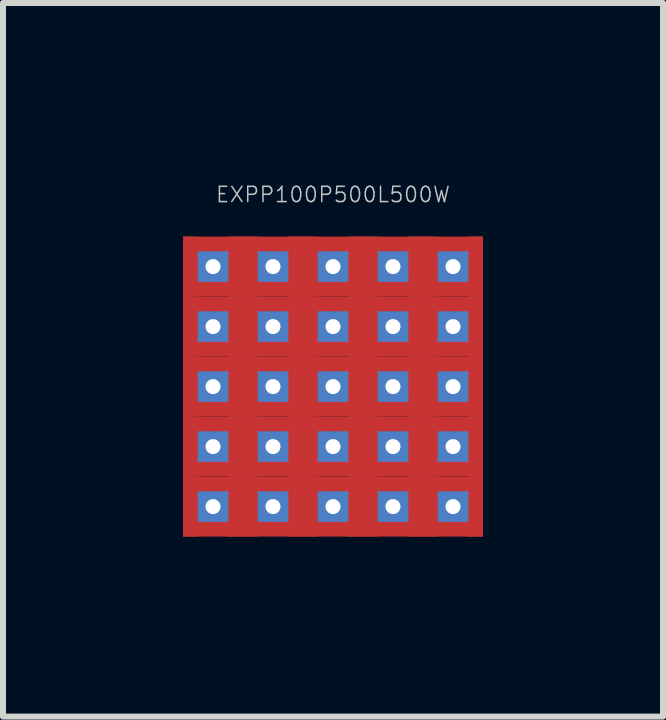
<source format=kicad_pcb>
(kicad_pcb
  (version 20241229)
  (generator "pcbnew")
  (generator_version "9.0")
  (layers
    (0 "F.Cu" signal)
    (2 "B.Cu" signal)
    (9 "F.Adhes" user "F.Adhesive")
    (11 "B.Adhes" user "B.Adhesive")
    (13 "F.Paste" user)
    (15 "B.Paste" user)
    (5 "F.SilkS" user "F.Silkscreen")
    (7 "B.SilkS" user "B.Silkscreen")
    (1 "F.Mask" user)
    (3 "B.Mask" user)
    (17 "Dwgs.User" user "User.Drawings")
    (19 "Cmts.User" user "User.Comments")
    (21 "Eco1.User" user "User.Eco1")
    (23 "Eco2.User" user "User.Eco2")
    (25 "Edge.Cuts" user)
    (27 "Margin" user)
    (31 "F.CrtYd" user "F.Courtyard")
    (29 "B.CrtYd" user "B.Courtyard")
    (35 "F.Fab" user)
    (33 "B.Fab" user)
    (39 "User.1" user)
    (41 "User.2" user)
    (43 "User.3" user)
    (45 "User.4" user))
  (footprint "EXPP100P500L500W"
    (layer "F.Cu")
    (at 2.5 3.393)
    (property "Reference" "EXPP100P500L500W" (at 0 -3.2 0) (layer "Dwgs.User") (effects (font (size 0.254 0.254) (thickness 0.025))))
    (attr smd)
    (pad "1" smd rect (at -2.375 -2) (size 0.25 1) (layers "F.Cu" "F.Mask"))
    (pad "1" smd rect (at -2.375 -1) (size 0.25 1) (layers "F.Cu" "F.Mask"))
    (pad "1" smd rect (at -2.375 0) (size 0.25 1) (layers "F.Cu" "F.Mask"))
    (pad "1" smd rect (at -2.375 1) (size 0.25 1) (layers "F.Cu" "F.Mask"))
    (pad "1" smd rect (at -2.375 2) (size 0.25 1) (layers "F.Cu" "F.Mask"))
    (pad "1" smd rect (at -2.27 -2.27) (size 0.35 0.35) (layers "F.Cu" "F.Mask" "F.Paste"))
    (pad "1" smd rect (at -2.27 -1.73) (size 0.35 0.35) (layers "F.Cu" "F.Paste"))
    (pad "1" smd rect (at -2.27 -1.27) (size 0.35 0.35) (layers "F.Cu" "F.Mask" "F.Paste"))
    (pad "1" smd rect (at -2.27 -0.73) (size 0.35 0.35) (layers "F.Cu" "F.Paste"))
    (pad "1" smd rect (at -2.27 -0.27) (size 0.35 0.35) (layers "F.Cu" "F.Mask" "F.Paste"))
    (pad "1" smd rect (at -2.27 0.27) (size 0.35 0.35) (layers "F.Cu" "F.Paste"))
    (pad "1" smd rect (at -2.27 0.73) (size 0.35 0.35) (layers "F.Cu" "F.Mask" "F.Paste"))
    (pad "1" smd rect (at -2.27 1.27) (size 0.35 0.35) (layers "F.Cu" "F.Paste"))
    (pad "1" smd rect (at -2.27 1.73) (size 0.35 0.35) (layers "F.Cu" "F.Mask" "F.Paste"))
    (pad "1" smd rect (at -2.27 2.27) (size 0.35 0.35) (layers "F.Cu" "F.Paste"))
    (pad "1" smd rect (at -2 -2.375) (size 1 0.25) (layers "F.Cu" "F.Mask"))
    (pad "1" thru_hole rect (at -2 -2) (size 0.51 0.51) (drill 0.25) (layers "*.Cu"))
    (pad "1" smd rect (at -2 -1.625) (size 1 0.25) (layers "F.Cu" "F.Mask"))
    (pad "1" smd rect (at -2 -1.375) (size 1 0.25) (layers "F.Cu" "F.Mask"))
    (pad "1" thru_hole rect (at -2 -1) (size 0.51 0.51) (drill 0.25) (layers "*.Cu"))
    (pad "1" smd rect (at -2 -0.625) (size 1 0.25) (layers "F.Cu" "F.Mask"))
    (pad "1" smd rect (at -2 -0.375) (size 1 0.25) (layers "F.Cu" "F.Mask"))
    (pad "1" thru_hole rect (at -2 0) (size 0.51 0.51) (drill 0.25) (layers "*.Cu"))
    (pad "1" smd rect (at -2 0.375) (size 1 0.25) (layers "F.Cu" "F.Mask"))
    (pad "1" smd rect (at -2 0.625) (size 1 0.25) (layers "F.Cu" "F.Mask"))
    (pad "1" thru_hole rect (at -2 1) (size 0.51 0.51) (drill 0.25) (layers "*.Cu"))
    (pad "1" smd rect (at -2 1.375) (size 1 0.25) (layers "F.Cu" "F.Mask"))
    (pad "1" smd rect (at -2 1.625) (size 1 0.25) (layers "F.Cu" "F.Mask"))
    (pad "1" thru_hole rect (at -2 2) (size 0.51 0.51) (drill 0.25) (layers "*.Cu"))
    (pad "1" smd rect (at -2 2.375) (size 1 0.25) (layers "F.Cu" "F.Mask"))
    (pad "1" smd rect (at -1.73 -2.27) (size 0.35 0.35) (layers "F.Cu" "F.Paste"))
    (pad "1" smd rect (at -1.73 -1.73) (size 0.35 0.35) (layers "F.Cu" "F.Paste"))
    (pad "1" smd rect (at -1.73 -1.27) (size 0.35 0.35) (layers "F.Cu" "F.Paste"))
    (pad "1" smd rect (at -1.73 -0.73) (size 0.35 0.35) (layers "F.Cu" "F.Paste"))
    (pad "1" smd rect (at -1.73 -0.27) (size 0.35 0.35) (layers "F.Cu" "F.Paste"))
    (pad "1" smd rect (at -1.73 0.27) (size 0.35 0.35) (layers "F.Cu" "F.Paste"))
    (pad "1" smd rect (at -1.73 0.73) (size 0.35 0.35) (layers "F.Cu" "F.Paste"))
    (pad "1" smd rect (at -1.73 1.27) (size 0.35 0.35) (layers "F.Cu" "F.Paste"))
    (pad "1" smd rect (at -1.73 1.73) (size 0.35 0.35) (layers "F.Cu" "F.Paste"))
    (pad "1" smd rect (at -1.73 2.27) (size 0.35 0.35) (layers "F.Cu" "F.Paste"))
    (pad "1" smd rect (at -1.625 -2) (size 0.25 1) (layers "F.Cu" "F.Mask"))
    (pad "1" smd rect (at -1.625 -1) (size 0.25 1) (layers "F.Cu" "F.Mask"))
    (pad "1" smd rect (at -1.625 0) (size 0.25 1) (layers "F.Cu" "F.Mask"))
    (pad "1" smd rect (at -1.625 1) (size 0.25 1) (layers "F.Cu" "F.Mask"))
    (pad "1" smd rect (at -1.625 2) (size 0.25 1) (layers "F.Cu" "F.Mask"))
    (pad "1" smd rect (at -1.375 -2) (size 0.25 1) (layers "F.Cu" "F.Mask"))
    (pad "1" smd rect (at -1.375 -1) (size 0.25 1) (layers "F.Cu" "F.Mask"))
    (pad "1" smd rect (at -1.375 0) (size 0.25 1) (layers "F.Cu" "F.Mask"))
    (pad "1" smd rect (at -1.375 1) (size 0.25 1) (layers "F.Cu" "F.Mask"))
    (pad "1" smd rect (at -1.375 2) (size 0.25 1) (layers "F.Cu" "F.Mask"))
    (pad "1" smd rect (at -1.27 -2.27) (size 0.35 0.35) (layers "F.Cu" "F.Mask" "F.Paste"))
    (pad "1" smd rect (at -1.27 -1.73) (size 0.35 0.35) (layers "F.Cu" "F.Paste"))
    (pad "1" smd rect (at -1.27 -1.27) (size 0.35 0.35) (layers "F.Cu" "F.Mask" "F.Paste"))
    (pad "1" smd rect (at -1.27 -0.73) (size 0.35 0.35) (layers "F.Cu" "F.Paste"))
    (pad "1" smd rect (at -1.27 -0.27) (size 0.35 0.35) (layers "F.Cu" "F.Mask" "F.Paste"))
    (pad "1" smd rect (at -1.27 0.27) (size 0.35 0.35) (layers "F.Cu" "F.Paste"))
    (pad "1" smd rect (at -1.27 0.73) (size 0.35 0.35) (layers "F.Cu" "F.Mask" "F.Paste"))
    (pad "1" smd rect (at -1.27 1.27) (size 0.35 0.35) (layers "F.Cu" "F.Paste"))
    (pad "1" smd rect (at -1.27 1.73) (size 0.35 0.35) (layers "F.Cu" "F.Mask" "F.Paste"))
    (pad "1" smd rect (at -1.27 2.27) (size 0.35 0.35) (layers "F.Cu" "F.Paste"))
    (pad "1" smd rect (at -1 -2.375) (size 1 0.25) (layers "F.Cu" "F.Mask"))
    (pad "1" thru_hole rect (at -1 -2) (size 0.51 0.51) (drill 0.25) (layers "*.Cu"))
    (pad "1" smd rect (at -1 -1.625) (size 1 0.25) (layers "F.Cu" "F.Mask"))
    (pad "1" smd rect (at -1 -1.375) (size 1 0.25) (layers "F.Cu" "F.Mask"))
    (pad "1" thru_hole rect (at -1 -1) (size 0.51 0.51) (drill 0.25) (layers "*.Cu"))
    (pad "1" smd rect (at -1 -0.625) (size 1 0.25) (layers "F.Cu" "F.Mask"))
    (pad "1" smd rect (at -1 -0.375) (size 1 0.25) (layers "F.Cu" "F.Mask"))
    (pad "1" thru_hole rect (at -1 0) (size 0.51 0.51) (drill 0.25) (layers "*.Cu"))
    (pad "1" smd rect (at -1 0.375) (size 1 0.25) (layers "F.Cu" "F.Mask"))
    (pad "1" smd rect (at -1 0.625) (size 1 0.25) (layers "F.Cu" "F.Mask"))
    (pad "1" thru_hole rect (at -1 1) (size 0.51 0.51) (drill 0.25) (layers "*.Cu"))
    (pad "1" smd rect (at -1 1.375) (size 1 0.25) (layers "F.Cu" "F.Mask"))
    (pad "1" smd rect (at -1 1.625) (size 1 0.25) (layers "F.Cu" "F.Mask"))
    (pad "1" thru_hole rect (at -1 2) (size 0.51 0.51) (drill 0.25) (layers "*.Cu"))
    (pad "1" smd rect (at -1 2.375) (size 1 0.25) (layers "F.Cu" "F.Mask"))
    (pad "1" smd rect (at -0.73 -2.27) (size 0.35 0.35) (layers "F.Cu" "F.Paste"))
    (pad "1" smd rect (at -0.73 -1.73) (size 0.35 0.35) (layers "F.Cu" "F.Paste"))
    (pad "1" smd rect (at -0.73 -1.27) (size 0.35 0.35) (layers "F.Cu" "F.Paste"))
    (pad "1" smd rect (at -0.73 -0.73) (size 0.35 0.35) (layers "F.Cu" "F.Paste"))
    (pad "1" smd rect (at -0.73 -0.27) (size 0.35 0.35) (layers "F.Cu" "F.Paste"))
    (pad "1" smd rect (at -0.73 0.27) (size 0.35 0.35) (layers "F.Cu" "F.Paste"))
    (pad "1" smd rect (at -0.73 0.73) (size 0.35 0.35) (layers "F.Cu" "F.Paste"))
    (pad "1" smd rect (at -0.73 1.27) (size 0.35 0.35) (layers "F.Cu" "F.Paste"))
    (pad "1" smd rect (at -0.73 1.73) (size 0.35 0.35) (layers "F.Cu" "F.Paste"))
    (pad "1" smd rect (at -0.73 2.27) (size 0.35 0.35) (layers "F.Cu" "F.Paste"))
    (pad "1" smd rect (at -0.625 -2) (size 0.25 1) (layers "F.Cu" "F.Mask"))
    (pad "1" smd rect (at -0.625 -1) (size 0.25 1) (layers "F.Cu" "F.Mask"))
    (pad "1" smd rect (at -0.625 0) (size 0.25 1) (layers "F.Cu" "F.Mask"))
    (pad "1" smd rect (at -0.625 1) (size 0.25 1) (layers "F.Cu" "F.Mask"))
    (pad "1" smd rect (at -0.625 2) (size 0.25 1) (layers "F.Cu" "F.Mask"))
    (pad "1" smd rect (at -0.375 -2) (size 0.25 1) (layers "F.Cu" "F.Mask"))
    (pad "1" smd rect (at -0.375 -1) (size 0.25 1) (layers "F.Cu" "F.Mask"))
    (pad "1" smd rect (at -0.375 0) (size 0.25 1) (layers "F.Cu" "F.Mask"))
    (pad "1" smd rect (at -0.375 1) (size 0.25 1) (layers "F.Cu" "F.Mask"))
    (pad "1" smd rect (at -0.375 2) (size 0.25 1) (layers "F.Cu" "F.Mask"))
    (pad "1" smd rect (at -0.27 -2.27) (size 0.35 0.35) (layers "F.Cu" "F.Mask" "F.Paste"))
    (pad "1" smd rect (at -0.27 -1.73) (size 0.35 0.35) (layers "F.Cu" "F.Paste"))
    (pad "1" smd rect (at -0.27 -1.27) (size 0.35 0.35) (layers "F.Cu" "F.Mask" "F.Paste"))
    (pad "1" smd rect (at -0.27 -0.73) (size 0.35 0.35) (layers "F.Cu" "F.Paste"))
    (pad "1" smd rect (at -0.27 -0.27) (size 0.35 0.35) (layers "F.Cu" "F.Mask" "F.Paste"))
    (pad "1" smd rect (at -0.27 0.27) (size 0.35 0.35) (layers "F.Cu" "F.Paste"))
    (pad "1" smd rect (at -0.27 0.73) (size 0.35 0.35) (layers "F.Cu" "F.Mask" "F.Paste"))
    (pad "1" smd rect (at -0.27 1.27) (size 0.35 0.35) (layers "F.Cu" "F.Paste"))
    (pad "1" smd rect (at -0.27 1.73) (size 0.35 0.35) (layers "F.Cu" "F.Mask" "F.Paste"))
    (pad "1" smd rect (at -0.27 2.27) (size 0.35 0.35) (layers "F.Cu" "F.Paste"))
    (pad "1" smd rect (at 0 -2.375) (size 1 0.25) (layers "F.Cu" "F.Mask"))
    (pad "1" thru_hole rect (at 0 -2) (size 0.51 0.51) (drill 0.25) (layers "*.Cu"))
    (pad "1" smd rect (at 0 -1.625) (size 1 0.25) (layers "F.Cu" "F.Mask"))
    (pad "1" smd rect (at 0 -1.375) (size 1 0.25) (layers "F.Cu" "F.Mask"))
    (pad "1" thru_hole rect (at 0 -1) (size 0.51 0.51) (drill 0.25) (layers "*.Cu"))
    (pad "1" smd rect (at 0 -0.625) (size 1 0.25) (layers "F.Cu" "F.Mask"))
    (pad "1" smd rect (at 0 -0.375) (size 1 0.25) (layers "F.Cu" "F.Mask"))
    (pad "1" thru_hole rect (at 0 0) (size 0.51 0.51) (drill 0.25) (layers "*.Cu"))
    (pad "1" smd rect (at 0 0.375) (size 1 0.25) (layers "F.Cu" "F.Mask"))
    (pad "1" smd rect (at 0 0.625) (size 1 0.25) (layers "F.Cu" "F.Mask"))
    (pad "1" thru_hole rect (at 0 1) (size 0.51 0.51) (drill 0.25) (layers "*.Cu"))
    (pad "1" smd rect (at 0 1.375) (size 1 0.25) (layers "F.Cu" "F.Mask"))
    (pad "1" smd rect (at 0 1.625) (size 1 0.25) (layers "F.Cu" "F.Mask"))
    (pad "1" thru_hole rect (at 0 2) (size 0.51 0.51) (drill 0.25) (layers "*.Cu"))
    (pad "1" smd rect (at 0 2.375) (size 1 0.25) (layers "F.Cu" "F.Mask"))
    (pad "1" smd rect (at 0.27 -2.27) (size 0.35 0.35) (layers "F.Cu" "F.Paste"))
    (pad "1" smd rect (at 0.27 -1.73) (size 0.35 0.35) (layers "F.Cu" "F.Paste"))
    (pad "1" smd rect (at 0.27 -1.27) (size 0.35 0.35) (layers "F.Cu" "F.Paste"))
    (pad "1" smd rect (at 0.27 -0.73) (size 0.35 0.35) (layers "F.Cu" "F.Paste"))
    (pad "1" smd rect (at 0.27 -0.27) (size 0.35 0.35) (layers "F.Cu" "F.Paste"))
    (pad "1" smd rect (at 0.27 0.27) (size 0.35 0.35) (layers "F.Cu" "F.Paste"))
    (pad "1" smd rect (at 0.27 0.73) (size 0.35 0.35) (layers "F.Cu" "F.Paste"))
    (pad "1" smd rect (at 0.27 1.27) (size 0.35 0.35) (layers "F.Cu" "F.Paste"))
    (pad "1" smd rect (at 0.27 1.73) (size 0.35 0.35) (layers "F.Cu" "F.Paste"))
    (pad "1" smd rect (at 0.27 2.27) (size 0.35 0.35) (layers "F.Cu" "F.Paste"))
    (pad "1" smd rect (at 0.375 -2) (size 0.25 1) (layers "F.Cu" "F.Mask"))
    (pad "1" smd rect (at 0.375 -1) (size 0.25 1) (layers "F.Cu" "F.Mask"))
    (pad "1" smd rect (at 0.375 0) (size 0.25 1) (layers "F.Cu" "F.Mask"))
    (pad "1" smd rect (at 0.375 1) (size 0.25 1) (layers "F.Cu" "F.Mask"))
    (pad "1" smd rect (at 0.375 2) (size 0.25 1) (layers "F.Cu" "F.Mask"))
    (pad "1" smd rect (at 0.625 -2) (size 0.25 1) (layers "F.Cu" "F.Mask"))
    (pad "1" smd rect (at 0.625 -1) (size 0.25 1) (layers "F.Cu" "F.Mask"))
    (pad "1" smd rect (at 0.625 0) (size 0.25 1) (layers "F.Cu" "F.Mask"))
    (pad "1" smd rect (at 0.625 1) (size 0.25 1) (layers "F.Cu" "F.Mask"))
    (pad "1" smd rect (at 0.625 2) (size 0.25 1) (layers "F.Cu" "F.Mask"))
    (pad "1" smd rect (at 0.73 -2.27) (size 0.35 0.35) (layers "F.Cu" "F.Mask" "F.Paste"))
    (pad "1" smd rect (at 0.73 -1.73) (size 0.35 0.35) (layers "F.Cu" "F.Paste"))
    (pad "1" smd rect (at 0.73 -1.27) (size 0.35 0.35) (layers "F.Cu" "F.Mask" "F.Paste"))
    (pad "1" smd rect (at 0.73 -0.73) (size 0.35 0.35) (layers "F.Cu" "F.Paste"))
    (pad "1" smd rect (at 0.73 -0.27) (size 0.35 0.35) (layers "F.Cu" "F.Mask" "F.Paste"))
    (pad "1" smd rect (at 0.73 0.27) (size 0.35 0.35) (layers "F.Cu" "F.Paste"))
    (pad "1" smd rect (at 0.73 0.73) (size 0.35 0.35) (layers "F.Cu" "F.Mask" "F.Paste"))
    (pad "1" smd rect (at 0.73 1.27) (size 0.35 0.35) (layers "F.Cu" "F.Paste"))
    (pad "1" smd rect (at 0.73 1.73) (size 0.35 0.35) (layers "F.Cu" "F.Mask" "F.Paste"))
    (pad "1" smd rect (at 0.73 2.27) (size 0.35 0.35) (layers "F.Cu" "F.Paste"))
    (pad "1" smd rect (at 1 -2.375) (size 1 0.25) (layers "F.Cu" "F.Mask"))
    (pad "1" thru_hole rect (at 1 -2) (size 0.51 0.51) (drill 0.25) (layers "*.Cu"))
    (pad "1" smd rect (at 1 -1.625) (size 1 0.25) (layers "F.Cu" "F.Mask"))
    (pad "1" smd rect (at 1 -1.375) (size 1 0.25) (layers "F.Cu" "F.Mask"))
    (pad "1" thru_hole rect (at 1 -1) (size 0.51 0.51) (drill 0.25) (layers "*.Cu"))
    (pad "1" smd rect (at 1 -0.625) (size 1 0.25) (layers "F.Cu" "F.Mask"))
    (pad "1" smd rect (at 1 -0.375) (size 1 0.25) (layers "F.Cu" "F.Mask"))
    (pad "1" thru_hole rect (at 1 0) (size 0.51 0.51) (drill 0.25) (layers "*.Cu"))
    (pad "1" smd rect (at 1 0.375) (size 1 0.25) (layers "F.Cu" "F.Mask"))
    (pad "1" smd rect (at 1 0.625) (size 1 0.25) (layers "F.Cu" "F.Mask"))
    (pad "1" thru_hole rect (at 1 1) (size 0.51 0.51) (drill 0.25) (layers "*.Cu"))
    (pad "1" smd rect (at 1 1.375) (size 1 0.25) (layers "F.Cu" "F.Mask"))
    (pad "1" smd rect (at 1 1.625) (size 1 0.25) (layers "F.Cu" "F.Mask"))
    (pad "1" thru_hole rect (at 1 2) (size 0.51 0.51) (drill 0.25) (layers "*.Cu"))
    (pad "1" smd rect (at 1 2.375) (size 1 0.25) (layers "F.Cu" "F.Mask"))
    (pad "1" smd rect (at 1.27 -2.27) (size 0.35 0.35) (layers "F.Cu" "F.Paste"))
    (pad "1" smd rect (at 1.27 -1.73) (size 0.35 0.35) (layers "F.Cu" "F.Paste"))
    (pad "1" smd rect (at 1.27 -1.27) (size 0.35 0.35) (layers "F.Cu" "F.Paste"))
    (pad "1" smd rect (at 1.27 -0.73) (size 0.35 0.35) (layers "F.Cu" "F.Paste"))
    (pad "1" smd rect (at 1.27 -0.27) (size 0.35 0.35) (layers "F.Cu" "F.Paste"))
    (pad "1" smd rect (at 1.27 0.27) (size 0.35 0.35) (layers "F.Cu" "F.Paste"))
    (pad "1" smd rect (at 1.27 0.73) (size 0.35 0.35) (layers "F.Cu" "F.Paste"))
    (pad "1" smd rect (at 1.27 1.27) (size 0.35 0.35) (layers "F.Cu" "F.Paste"))
    (pad "1" smd rect (at 1.27 1.73) (size 0.35 0.35) (layers "F.Cu" "F.Paste"))
    (pad "1" smd rect (at 1.27 2.27) (size 0.35 0.35) (layers "F.Cu" "F.Paste"))
    (pad "1" smd rect (at 1.375 -2) (size 0.25 1) (layers "F.Cu" "F.Mask"))
    (pad "1" smd rect (at 1.375 -1) (size 0.25 1) (layers "F.Cu" "F.Mask"))
    (pad "1" smd rect (at 1.375 0) (size 0.25 1) (layers "F.Cu" "F.Mask"))
    (pad "1" smd rect (at 1.375 1) (size 0.25 1) (layers "F.Cu" "F.Mask"))
    (pad "1" smd rect (at 1.375 2) (size 0.25 1) (layers "F.Cu" "F.Mask"))
    (pad "1" smd rect (at 1.625 -2) (size 0.25 1) (layers "F.Cu" "F.Mask"))
    (pad "1" smd rect (at 1.625 -1) (size 0.25 1) (layers "F.Cu" "F.Mask"))
    (pad "1" smd rect (at 1.625 0) (size 0.25 1) (layers "F.Cu" "F.Mask"))
    (pad "1" smd rect (at 1.625 1) (size 0.25 1) (layers "F.Cu" "F.Mask"))
    (pad "1" smd rect (at 1.625 2) (size 0.25 1) (layers "F.Cu" "F.Mask"))
    (pad "1" smd rect (at 1.73 -2.27) (size 0.35 0.35) (layers "F.Cu" "F.Mask" "F.Paste"))
    (pad "1" smd rect (at 1.73 -1.73) (size 0.35 0.35) (layers "F.Cu" "F.Paste"))
    (pad "1" smd rect (at 1.73 -1.27) (size 0.35 0.35) (layers "F.Cu" "F.Mask" "F.Paste"))
    (pad "1" smd rect (at 1.73 -0.73) (size 0.35 0.35) (layers "F.Cu" "F.Paste"))
    (pad "1" smd rect (at 1.73 -0.27) (size 0.35 0.35) (layers "F.Cu" "F.Mask" "F.Paste"))
    (pad "1" smd rect (at 1.73 0.27) (size 0.35 0.35) (layers "F.Cu" "F.Paste"))
    (pad "1" smd rect (at 1.73 0.73) (size 0.35 0.35) (layers "F.Cu" "F.Mask" "F.Paste"))
    (pad "1" smd rect (at 1.73 1.27) (size 0.35 0.35) (layers "F.Cu" "F.Paste"))
    (pad "1" smd rect (at 1.73 1.73) (size 0.35 0.35) (layers "F.Cu" "F.Mask" "F.Paste"))
    (pad "1" smd rect (at 1.73 2.27) (size 0.35 0.35) (layers "F.Cu" "F.Paste"))
    (pad "1" smd rect (at 2 -2.375) (size 1 0.25) (layers "F.Cu" "F.Mask"))
    (pad "1" thru_hole rect (at 2 -2) (size 0.51 0.51) (drill 0.25) (layers "*.Cu"))
    (pad "1" smd rect (at 2 -1.625) (size 1 0.25) (layers "F.Cu" "F.Mask"))
    (pad "1" smd rect (at 2 -1.375) (size 1 0.25) (layers "F.Cu" "F.Mask"))
    (pad "1" thru_hole rect (at 2 -1) (size 0.51 0.51) (drill 0.25) (layers "*.Cu"))
    (pad "1" smd rect (at 2 -0.625) (size 1 0.25) (layers "F.Cu" "F.Mask"))
    (pad "1" smd rect (at 2 -0.375) (size 1 0.25) (layers "F.Cu" "F.Mask"))
    (pad "1" thru_hole rect (at 2 0) (size 0.51 0.51) (drill 0.25) (layers "*.Cu"))
    (pad "1" smd rect (at 2 0.375) (size 1 0.25) (layers "F.Cu" "F.Mask"))
    (pad "1" smd rect (at 2 0.625) (size 1 0.25) (layers "F.Cu" "F.Mask"))
    (pad "1" thru_hole rect (at 2 1) (size 0.51 0.51) (drill 0.25) (layers "*.Cu"))
    (pad "1" smd rect (at 2 1.375) (size 1 0.25) (layers "F.Cu" "F.Mask"))
    (pad "1" smd rect (at 2 1.625) (size 1 0.25) (layers "F.Cu" "F.Mask"))
    (pad "1" thru_hole rect (at 2 2) (size 0.51 0.51) (drill 0.25) (layers "*.Cu"))
    (pad "1" smd rect (at 2 2.375) (size 1 0.25) (layers "F.Cu" "F.Mask"))
    (pad "1" smd rect (at 2.27 -2.27) (size 0.35 0.35) (layers "F.Cu" "F.Paste"))
    (pad "1" smd rect (at 2.27 -1.73) (size 0.35 0.35) (layers "F.Cu" "F.Paste"))
    (pad "1" smd rect (at 2.27 -1.27) (size 0.35 0.35) (layers "F.Cu" "F.Paste"))
    (pad "1" smd rect (at 2.27 -0.73) (size 0.35 0.35) (layers "F.Cu" "F.Paste"))
    (pad "1" smd rect (at 2.27 -0.27) (size 0.35 0.35) (layers "F.Cu" "F.Paste"))
    (pad "1" smd rect (at 2.27 0.27) (size 0.35 0.35) (layers "F.Cu" "F.Paste"))
    (pad "1" smd rect (at 2.27 0.73) (size 0.35 0.35) (layers "F.Cu" "F.Paste"))
    (pad "1" smd rect (at 2.27 1.27) (size 0.35 0.35) (layers "F.Cu" "F.Paste"))
    (pad "1" smd rect (at 2.27 1.73) (size 0.35 0.35) (layers "F.Cu" "F.Paste"))
    (pad "1" smd rect (at 2.27 2.27) (size 0.35 0.35) (layers "F.Cu" "F.Paste"))
    (pad "1" smd rect (at 2.375 -2) (size 0.25 1) (layers "F.Cu" "F.Mask"))
    (pad "1" smd rect (at 2.375 -1) (size 0.25 1) (layers "F.Cu" "F.Mask"))
    (pad "1" smd rect (at 2.375 0) (size 0.25 1) (layers "F.Cu" "F.Mask"))
    (pad "1" smd rect (at 2.375 1) (size 0.25 1) (layers "F.Cu" "F.Mask"))
    (pad "1" smd rect (at 2.375 2) (size 0.25 1) (layers "F.Cu" "F.Mask")))
  (gr_rect
    (start -3 -3)
    (end 8 8.893)
    (stroke (width 0.1) (type default))
    (fill no)
    (layer "Edge.Cuts")))
</source>
